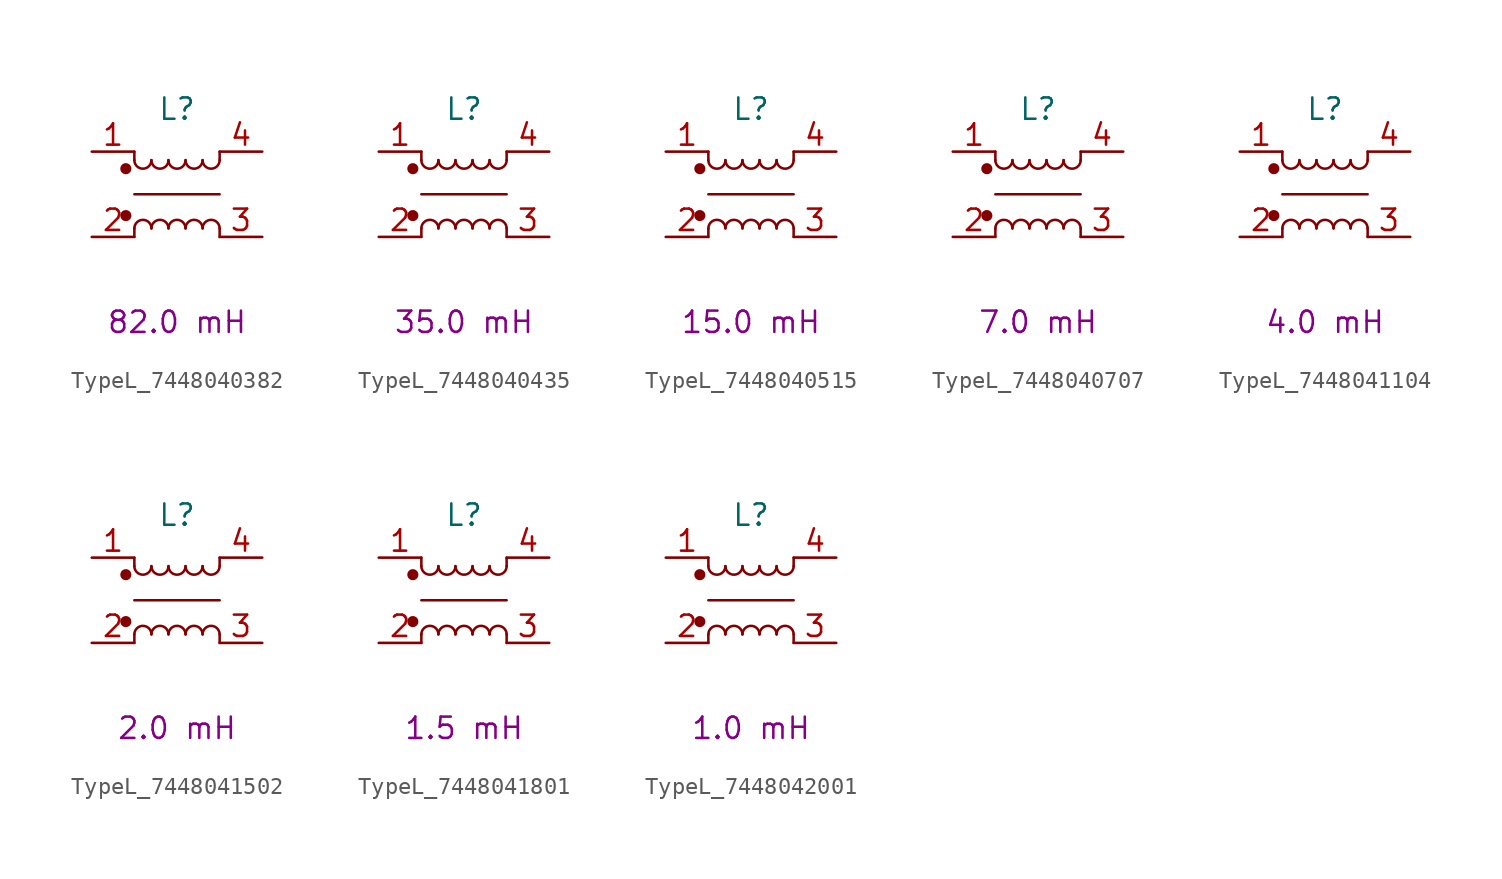
<source format=kicad_sym>
(kicad_symbol_lib
  (version 20220914)
  (generator kicad_symbol_editor)
  (symbol "TypeL_7448040382"
    (pin_names hide)
    (property "Reference" "L"
      (at 0 5.08 0)
      (effects (font (size 1.27 1.27))))
    (property "Critical Parameter" "82.0 mH"
      (at 0 -7.62 0)
      (effects (font (size 1.27 1.27))))
    (symbol "TypeL_7448040382_0_1"
      (circle (center -3.048 -1.27) (radius 0.254) (stroke (width 0) (type default)) (fill (type outline)))
      (circle (center -3.048 1.524) (radius 0.254) (stroke (width 0) (type default)) (fill (type outline)))
      (arc (start -2.54 2.032) (mid -2.032 1.5262) (end -1.524 2.032) (stroke (width 0) (type default)) (fill (type none)))
      (arc (start -1.524 -2.032) (mid -2.032 -1.5262) (end -2.54 -2.032) (stroke (width 0) (type default)) (fill (type none)))
      (arc (start -1.524 2.032) (mid -1.016 1.5262) (end -0.508 2.032) (stroke (width 0) (type default)) (fill (type none)))
      (arc (start -0.508 -2.032) (mid -1.016 -1.5262) (end -1.524 -2.032) (stroke (width 0) (type default)) (fill (type none)))
      (arc (start -0.508 2.032) (mid 0 1.5262) (end 0.508 2.032) (stroke (width 0) (type default)) (fill (type none)))
      (polyline (pts (xy -2.54 -2.032) (xy -2.54 -2.54)) (stroke (width 0) (type default)) (fill (type none)))
      (polyline (pts (xy -2.54 2.032) (xy -2.54 2.54)) (stroke (width 0) (type default)) (fill (type none)))
      (polyline (pts (xy 2.54 -2.032) (xy 2.54 -2.54)) (stroke (width 0) (type default)) (fill (type none)))
      (polyline (pts (xy 2.54 0) (xy -2.54 0)) (stroke (width 0) (type default)) (fill (type none)))
      (polyline (pts (xy 2.54 2.54) (xy 2.54 2.032)) (stroke (width 0) (type default)) (fill (type none)))
      (arc (start 0.508 -2.032) (mid 0 -1.5262) (end -0.508 -2.032) (stroke (width 0) (type default)) (fill (type none)))
      (arc (start 0.508 2.032) (mid 1.016 1.5262) (end 1.524 2.032) (stroke (width 0) (type default)) (fill (type none)))
      (arc (start 1.524 -2.032) (mid 1.016 -1.5262) (end 0.508 -2.032) (stroke (width 0) (type default)) (fill (type none)))
      (arc (start 1.524 2.032) (mid 2.032 1.5262) (end 2.54 2.032) (stroke (width 0) (type default)) (fill (type none)))
      (arc (start 2.54 -2.032) (mid 2.032 -1.5262) (end 1.524 -2.032) (stroke (width 0) (type default)) (fill (type none))))
    (symbol "TypeL_7448040382_1_1"
      (pin passive line (at -5.08 2.54 0) (length 2.54) (name "1" (effects (font (size 1.27 1.27)))) (number "1" (effects (font (size 1.27 1.27)))))
      (pin passive line (at -5.08 -2.54 0) (length 2.54) (name "2" (effects (font (size 1.27 1.27)))) (number "2" (effects (font (size 1.27 1.27)))))
      (pin passive line (at 5.08 -2.54 180) (length 2.54) (name "3" (effects (font (size 1.27 1.27)))) (number "3" (effects (font (size 1.27 1.27)))))
      (pin passive line (at 5.08 2.54 180) (length 2.54) (name "4" (effects (font (size 1.27 1.27)))) (number "4" (effects (font (size 1.27 1.27)))))))
  (symbol "TypeL_7448040435"
    (pin_names hide)
    (property "Reference" "L"
      (at 0 5.08 0)
      (effects (font (size 1.27 1.27))))
    (property "Critical Parameter" "35.0 mH"
      (at 0 -7.62 0)
      (effects (font (size 1.27 1.27))))
    (symbol "TypeL_7448040435_0_1"
      (circle (center -3.048 -1.27) (radius 0.254) (stroke (width 0) (type default)) (fill (type outline)))
      (circle (center -3.048 1.524) (radius 0.254) (stroke (width 0) (type default)) (fill (type outline)))
      (arc (start -2.54 2.032) (mid -2.032 1.5262) (end -1.524 2.032) (stroke (width 0) (type default)) (fill (type none)))
      (arc (start -1.524 -2.032) (mid -2.032 -1.5262) (end -2.54 -2.032) (stroke (width 0) (type default)) (fill (type none)))
      (arc (start -1.524 2.032) (mid -1.016 1.5262) (end -0.508 2.032) (stroke (width 0) (type default)) (fill (type none)))
      (arc (start -0.508 -2.032) (mid -1.016 -1.5262) (end -1.524 -2.032) (stroke (width 0) (type default)) (fill (type none)))
      (arc (start -0.508 2.032) (mid 0 1.5262) (end 0.508 2.032) (stroke (width 0) (type default)) (fill (type none)))
      (polyline (pts (xy -2.54 -2.032) (xy -2.54 -2.54)) (stroke (width 0) (type default)) (fill (type none)))
      (polyline (pts (xy -2.54 2.032) (xy -2.54 2.54)) (stroke (width 0) (type default)) (fill (type none)))
      (polyline (pts (xy 2.54 -2.032) (xy 2.54 -2.54)) (stroke (width 0) (type default)) (fill (type none)))
      (polyline (pts (xy 2.54 0) (xy -2.54 0)) (stroke (width 0) (type default)) (fill (type none)))
      (polyline (pts (xy 2.54 2.54) (xy 2.54 2.032)) (stroke (width 0) (type default)) (fill (type none)))
      (arc (start 0.508 -2.032) (mid 0 -1.5262) (end -0.508 -2.032) (stroke (width 0) (type default)) (fill (type none)))
      (arc (start 0.508 2.032) (mid 1.016 1.5262) (end 1.524 2.032) (stroke (width 0) (type default)) (fill (type none)))
      (arc (start 1.524 -2.032) (mid 1.016 -1.5262) (end 0.508 -2.032) (stroke (width 0) (type default)) (fill (type none)))
      (arc (start 1.524 2.032) (mid 2.032 1.5262) (end 2.54 2.032) (stroke (width 0) (type default)) (fill (type none)))
      (arc (start 2.54 -2.032) (mid 2.032 -1.5262) (end 1.524 -2.032) (stroke (width 0) (type default)) (fill (type none))))
    (symbol "TypeL_7448040435_1_1"
      (pin passive line (at -5.08 2.54 0) (length 2.54) (name "1" (effects (font (size 1.27 1.27)))) (number "1" (effects (font (size 1.27 1.27)))))
      (pin passive line (at -5.08 -2.54 0) (length 2.54) (name "2" (effects (font (size 1.27 1.27)))) (number "2" (effects (font (size 1.27 1.27)))))
      (pin passive line (at 5.08 -2.54 180) (length 2.54) (name "3" (effects (font (size 1.27 1.27)))) (number "3" (effects (font (size 1.27 1.27)))))
      (pin passive line (at 5.08 2.54 180) (length 2.54) (name "4" (effects (font (size 1.27 1.27)))) (number "4" (effects (font (size 1.27 1.27)))))))
  (symbol "TypeL_7448040515"
    (pin_names hide)
    (property "Reference" "L"
      (at 0 5.08 0)
      (effects (font (size 1.27 1.27))))
    (property "Critical Parameter" "15.0 mH"
      (at 0 -7.62 0)
      (effects (font (size 1.27 1.27))))
    (symbol "TypeL_7448040515_0_1"
      (circle (center -3.048 -1.27) (radius 0.254) (stroke (width 0) (type default)) (fill (type outline)))
      (circle (center -3.048 1.524) (radius 0.254) (stroke (width 0) (type default)) (fill (type outline)))
      (arc (start -2.54 2.032) (mid -2.032 1.5262) (end -1.524 2.032) (stroke (width 0) (type default)) (fill (type none)))
      (arc (start -1.524 -2.032) (mid -2.032 -1.5262) (end -2.54 -2.032) (stroke (width 0) (type default)) (fill (type none)))
      (arc (start -1.524 2.032) (mid -1.016 1.5262) (end -0.508 2.032) (stroke (width 0) (type default)) (fill (type none)))
      (arc (start -0.508 -2.032) (mid -1.016 -1.5262) (end -1.524 -2.032) (stroke (width 0) (type default)) (fill (type none)))
      (arc (start -0.508 2.032) (mid 0 1.5262) (end 0.508 2.032) (stroke (width 0) (type default)) (fill (type none)))
      (polyline (pts (xy -2.54 -2.032) (xy -2.54 -2.54)) (stroke (width 0) (type default)) (fill (type none)))
      (polyline (pts (xy -2.54 2.032) (xy -2.54 2.54)) (stroke (width 0) (type default)) (fill (type none)))
      (polyline (pts (xy 2.54 -2.032) (xy 2.54 -2.54)) (stroke (width 0) (type default)) (fill (type none)))
      (polyline (pts (xy 2.54 0) (xy -2.54 0)) (stroke (width 0) (type default)) (fill (type none)))
      (polyline (pts (xy 2.54 2.54) (xy 2.54 2.032)) (stroke (width 0) (type default)) (fill (type none)))
      (arc (start 0.508 -2.032) (mid 0 -1.5262) (end -0.508 -2.032) (stroke (width 0) (type default)) (fill (type none)))
      (arc (start 0.508 2.032) (mid 1.016 1.5262) (end 1.524 2.032) (stroke (width 0) (type default)) (fill (type none)))
      (arc (start 1.524 -2.032) (mid 1.016 -1.5262) (end 0.508 -2.032) (stroke (width 0) (type default)) (fill (type none)))
      (arc (start 1.524 2.032) (mid 2.032 1.5262) (end 2.54 2.032) (stroke (width 0) (type default)) (fill (type none)))
      (arc (start 2.54 -2.032) (mid 2.032 -1.5262) (end 1.524 -2.032) (stroke (width 0) (type default)) (fill (type none))))
    (symbol "TypeL_7448040515_1_1"
      (pin passive line (at -5.08 2.54 0) (length 2.54) (name "1" (effects (font (size 1.27 1.27)))) (number "1" (effects (font (size 1.27 1.27)))))
      (pin passive line (at -5.08 -2.54 0) (length 2.54) (name "2" (effects (font (size 1.27 1.27)))) (number "2" (effects (font (size 1.27 1.27)))))
      (pin passive line (at 5.08 -2.54 180) (length 2.54) (name "3" (effects (font (size 1.27 1.27)))) (number "3" (effects (font (size 1.27 1.27)))))
      (pin passive line (at 5.08 2.54 180) (length 2.54) (name "4" (effects (font (size 1.27 1.27)))) (number "4" (effects (font (size 1.27 1.27)))))))
  (symbol "TypeL_7448040707"
    (pin_names hide)
    (property "Reference" "L"
      (at 0 5.08 0)
      (effects (font (size 1.27 1.27))))
    (property "Critical Parameter" "7.0 mH"
      (at 0 -7.62 0)
      (effects (font (size 1.27 1.27))))
    (symbol "TypeL_7448040707_0_1"
      (circle (center -3.048 -1.27) (radius 0.254) (stroke (width 0) (type default)) (fill (type outline)))
      (circle (center -3.048 1.524) (radius 0.254) (stroke (width 0) (type default)) (fill (type outline)))
      (arc (start -2.54 2.032) (mid -2.032 1.5262) (end -1.524 2.032) (stroke (width 0) (type default)) (fill (type none)))
      (arc (start -1.524 -2.032) (mid -2.032 -1.5262) (end -2.54 -2.032) (stroke (width 0) (type default)) (fill (type none)))
      (arc (start -1.524 2.032) (mid -1.016 1.5262) (end -0.508 2.032) (stroke (width 0) (type default)) (fill (type none)))
      (arc (start -0.508 -2.032) (mid -1.016 -1.5262) (end -1.524 -2.032) (stroke (width 0) (type default)) (fill (type none)))
      (arc (start -0.508 2.032) (mid 0 1.5262) (end 0.508 2.032) (stroke (width 0) (type default)) (fill (type none)))
      (polyline (pts (xy -2.54 -2.032) (xy -2.54 -2.54)) (stroke (width 0) (type default)) (fill (type none)))
      (polyline (pts (xy -2.54 2.032) (xy -2.54 2.54)) (stroke (width 0) (type default)) (fill (type none)))
      (polyline (pts (xy 2.54 -2.032) (xy 2.54 -2.54)) (stroke (width 0) (type default)) (fill (type none)))
      (polyline (pts (xy 2.54 0) (xy -2.54 0)) (stroke (width 0) (type default)) (fill (type none)))
      (polyline (pts (xy 2.54 2.54) (xy 2.54 2.032)) (stroke (width 0) (type default)) (fill (type none)))
      (arc (start 0.508 -2.032) (mid 0 -1.5262) (end -0.508 -2.032) (stroke (width 0) (type default)) (fill (type none)))
      (arc (start 0.508 2.032) (mid 1.016 1.5262) (end 1.524 2.032) (stroke (width 0) (type default)) (fill (type none)))
      (arc (start 1.524 -2.032) (mid 1.016 -1.5262) (end 0.508 -2.032) (stroke (width 0) (type default)) (fill (type none)))
      (arc (start 1.524 2.032) (mid 2.032 1.5262) (end 2.54 2.032) (stroke (width 0) (type default)) (fill (type none)))
      (arc (start 2.54 -2.032) (mid 2.032 -1.5262) (end 1.524 -2.032) (stroke (width 0) (type default)) (fill (type none))))
    (symbol "TypeL_7448040707_1_1"
      (pin passive line (at -5.08 2.54 0) (length 2.54) (name "1" (effects (font (size 1.27 1.27)))) (number "1" (effects (font (size 1.27 1.27)))))
      (pin passive line (at -5.08 -2.54 0) (length 2.54) (name "2" (effects (font (size 1.27 1.27)))) (number "2" (effects (font (size 1.27 1.27)))))
      (pin passive line (at 5.08 -2.54 180) (length 2.54) (name "3" (effects (font (size 1.27 1.27)))) (number "3" (effects (font (size 1.27 1.27)))))
      (pin passive line (at 5.08 2.54 180) (length 2.54) (name "4" (effects (font (size 1.27 1.27)))) (number "4" (effects (font (size 1.27 1.27)))))))
  (symbol "TypeL_7448041104"
    (pin_names hide)
    (property "Reference" "L"
      (at 0 5.08 0)
      (effects (font (size 1.27 1.27))))
    (property "Critical Parameter" "4.0 mH"
      (at 0 -7.62 0)
      (effects (font (size 1.27 1.27))))
    (symbol "TypeL_7448041104_0_1"
      (circle (center -3.048 -1.27) (radius 0.254) (stroke (width 0) (type default)) (fill (type outline)))
      (circle (center -3.048 1.524) (radius 0.254) (stroke (width 0) (type default)) (fill (type outline)))
      (arc (start -2.54 2.032) (mid -2.032 1.5262) (end -1.524 2.032) (stroke (width 0) (type default)) (fill (type none)))
      (arc (start -1.524 -2.032) (mid -2.032 -1.5262) (end -2.54 -2.032) (stroke (width 0) (type default)) (fill (type none)))
      (arc (start -1.524 2.032) (mid -1.016 1.5262) (end -0.508 2.032) (stroke (width 0) (type default)) (fill (type none)))
      (arc (start -0.508 -2.032) (mid -1.016 -1.5262) (end -1.524 -2.032) (stroke (width 0) (type default)) (fill (type none)))
      (arc (start -0.508 2.032) (mid 0 1.5262) (end 0.508 2.032) (stroke (width 0) (type default)) (fill (type none)))
      (polyline (pts (xy -2.54 -2.032) (xy -2.54 -2.54)) (stroke (width 0) (type default)) (fill (type none)))
      (polyline (pts (xy -2.54 2.032) (xy -2.54 2.54)) (stroke (width 0) (type default)) (fill (type none)))
      (polyline (pts (xy 2.54 -2.032) (xy 2.54 -2.54)) (stroke (width 0) (type default)) (fill (type none)))
      (polyline (pts (xy 2.54 0) (xy -2.54 0)) (stroke (width 0) (type default)) (fill (type none)))
      (polyline (pts (xy 2.54 2.54) (xy 2.54 2.032)) (stroke (width 0) (type default)) (fill (type none)))
      (arc (start 0.508 -2.032) (mid 0 -1.5262) (end -0.508 -2.032) (stroke (width 0) (type default)) (fill (type none)))
      (arc (start 0.508 2.032) (mid 1.016 1.5262) (end 1.524 2.032) (stroke (width 0) (type default)) (fill (type none)))
      (arc (start 1.524 -2.032) (mid 1.016 -1.5262) (end 0.508 -2.032) (stroke (width 0) (type default)) (fill (type none)))
      (arc (start 1.524 2.032) (mid 2.032 1.5262) (end 2.54 2.032) (stroke (width 0) (type default)) (fill (type none)))
      (arc (start 2.54 -2.032) (mid 2.032 -1.5262) (end 1.524 -2.032) (stroke (width 0) (type default)) (fill (type none))))
    (symbol "TypeL_7448041104_1_1"
      (pin passive line (at -5.08 2.54 0) (length 2.54) (name "1" (effects (font (size 1.27 1.27)))) (number "1" (effects (font (size 1.27 1.27)))))
      (pin passive line (at -5.08 -2.54 0) (length 2.54) (name "2" (effects (font (size 1.27 1.27)))) (number "2" (effects (font (size 1.27 1.27)))))
      (pin passive line (at 5.08 -2.54 180) (length 2.54) (name "3" (effects (font (size 1.27 1.27)))) (number "3" (effects (font (size 1.27 1.27)))))
      (pin passive line (at 5.08 2.54 180) (length 2.54) (name "4" (effects (font (size 1.27 1.27)))) (number "4" (effects (font (size 1.27 1.27)))))))
  (symbol "TypeL_7448041502"
    (pin_names hide)
    (property "Reference" "L"
      (at 0 5.08 0)
      (effects (font (size 1.27 1.27))))
    (property "Critical Parameter" "2.0 mH"
      (at 0 -7.62 0)
      (effects (font (size 1.27 1.27))))
    (symbol "TypeL_7448041502_0_1"
      (circle (center -3.048 -1.27) (radius 0.254) (stroke (width 0) (type default)) (fill (type outline)))
      (circle (center -3.048 1.524) (radius 0.254) (stroke (width 0) (type default)) (fill (type outline)))
      (arc (start -2.54 2.032) (mid -2.032 1.5262) (end -1.524 2.032) (stroke (width 0) (type default)) (fill (type none)))
      (arc (start -1.524 -2.032) (mid -2.032 -1.5262) (end -2.54 -2.032) (stroke (width 0) (type default)) (fill (type none)))
      (arc (start -1.524 2.032) (mid -1.016 1.5262) (end -0.508 2.032) (stroke (width 0) (type default)) (fill (type none)))
      (arc (start -0.508 -2.032) (mid -1.016 -1.5262) (end -1.524 -2.032) (stroke (width 0) (type default)) (fill (type none)))
      (arc (start -0.508 2.032) (mid 0 1.5262) (end 0.508 2.032) (stroke (width 0) (type default)) (fill (type none)))
      (polyline (pts (xy -2.54 -2.032) (xy -2.54 -2.54)) (stroke (width 0) (type default)) (fill (type none)))
      (polyline (pts (xy -2.54 2.032) (xy -2.54 2.54)) (stroke (width 0) (type default)) (fill (type none)))
      (polyline (pts (xy 2.54 -2.032) (xy 2.54 -2.54)) (stroke (width 0) (type default)) (fill (type none)))
      (polyline (pts (xy 2.54 0) (xy -2.54 0)) (stroke (width 0) (type default)) (fill (type none)))
      (polyline (pts (xy 2.54 2.54) (xy 2.54 2.032)) (stroke (width 0) (type default)) (fill (type none)))
      (arc (start 0.508 -2.032) (mid 0 -1.5262) (end -0.508 -2.032) (stroke (width 0) (type default)) (fill (type none)))
      (arc (start 0.508 2.032) (mid 1.016 1.5262) (end 1.524 2.032) (stroke (width 0) (type default)) (fill (type none)))
      (arc (start 1.524 -2.032) (mid 1.016 -1.5262) (end 0.508 -2.032) (stroke (width 0) (type default)) (fill (type none)))
      (arc (start 1.524 2.032) (mid 2.032 1.5262) (end 2.54 2.032) (stroke (width 0) (type default)) (fill (type none)))
      (arc (start 2.54 -2.032) (mid 2.032 -1.5262) (end 1.524 -2.032) (stroke (width 0) (type default)) (fill (type none))))
    (symbol "TypeL_7448041502_1_1"
      (pin passive line (at -5.08 2.54 0) (length 2.54) (name "1" (effects (font (size 1.27 1.27)))) (number "1" (effects (font (size 1.27 1.27)))))
      (pin passive line (at -5.08 -2.54 0) (length 2.54) (name "2" (effects (font (size 1.27 1.27)))) (number "2" (effects (font (size 1.27 1.27)))))
      (pin passive line (at 5.08 -2.54 180) (length 2.54) (name "3" (effects (font (size 1.27 1.27)))) (number "3" (effects (font (size 1.27 1.27)))))
      (pin passive line (at 5.08 2.54 180) (length 2.54) (name "4" (effects (font (size 1.27 1.27)))) (number "4" (effects (font (size 1.27 1.27)))))))
  (symbol "TypeL_7448041801"
    (pin_names hide)
    (property "Reference" "L"
      (at 0 5.08 0)
      (effects (font (size 1.27 1.27))))
    (property "Critical Parameter" "1.5 mH"
      (at 0 -7.62 0)
      (effects (font (size 1.27 1.27))))
    (symbol "TypeL_7448041801_0_1"
      (circle (center -3.048 -1.27) (radius 0.254) (stroke (width 0) (type default)) (fill (type outline)))
      (circle (center -3.048 1.524) (radius 0.254) (stroke (width 0) (type default)) (fill (type outline)))
      (arc (start -2.54 2.032) (mid -2.032 1.5262) (end -1.524 2.032) (stroke (width 0) (type default)) (fill (type none)))
      (arc (start -1.524 -2.032) (mid -2.032 -1.5262) (end -2.54 -2.032) (stroke (width 0) (type default)) (fill (type none)))
      (arc (start -1.524 2.032) (mid -1.016 1.5262) (end -0.508 2.032) (stroke (width 0) (type default)) (fill (type none)))
      (arc (start -0.508 -2.032) (mid -1.016 -1.5262) (end -1.524 -2.032) (stroke (width 0) (type default)) (fill (type none)))
      (arc (start -0.508 2.032) (mid 0 1.5262) (end 0.508 2.032) (stroke (width 0) (type default)) (fill (type none)))
      (polyline (pts (xy -2.54 -2.032) (xy -2.54 -2.54)) (stroke (width 0) (type default)) (fill (type none)))
      (polyline (pts (xy -2.54 2.032) (xy -2.54 2.54)) (stroke (width 0) (type default)) (fill (type none)))
      (polyline (pts (xy 2.54 -2.032) (xy 2.54 -2.54)) (stroke (width 0) (type default)) (fill (type none)))
      (polyline (pts (xy 2.54 0) (xy -2.54 0)) (stroke (width 0) (type default)) (fill (type none)))
      (polyline (pts (xy 2.54 2.54) (xy 2.54 2.032)) (stroke (width 0) (type default)) (fill (type none)))
      (arc (start 0.508 -2.032) (mid 0 -1.5262) (end -0.508 -2.032) (stroke (width 0) (type default)) (fill (type none)))
      (arc (start 0.508 2.032) (mid 1.016 1.5262) (end 1.524 2.032) (stroke (width 0) (type default)) (fill (type none)))
      (arc (start 1.524 -2.032) (mid 1.016 -1.5262) (end 0.508 -2.032) (stroke (width 0) (type default)) (fill (type none)))
      (arc (start 1.524 2.032) (mid 2.032 1.5262) (end 2.54 2.032) (stroke (width 0) (type default)) (fill (type none)))
      (arc (start 2.54 -2.032) (mid 2.032 -1.5262) (end 1.524 -2.032) (stroke (width 0) (type default)) (fill (type none))))
    (symbol "TypeL_7448041801_1_1"
      (pin passive line (at -5.08 2.54 0) (length 2.54) (name "1" (effects (font (size 1.27 1.27)))) (number "1" (effects (font (size 1.27 1.27)))))
      (pin passive line (at -5.08 -2.54 0) (length 2.54) (name "2" (effects (font (size 1.27 1.27)))) (number "2" (effects (font (size 1.27 1.27)))))
      (pin passive line (at 5.08 -2.54 180) (length 2.54) (name "3" (effects (font (size 1.27 1.27)))) (number "3" (effects (font (size 1.27 1.27)))))
      (pin passive line (at 5.08 2.54 180) (length 2.54) (name "4" (effects (font (size 1.27 1.27)))) (number "4" (effects (font (size 1.27 1.27)))))))
  (symbol "TypeL_7448042001"
    (pin_names hide)
    (property "Reference" "L"
      (at 0 5.08 0)
      (effects (font (size 1.27 1.27))))
    (property "Critical Parameter" "1.0 mH"
      (at 0 -7.62 0)
      (effects (font (size 1.27 1.27))))
    (symbol "TypeL_7448042001_0_1"
      (circle (center -3.048 -1.27) (radius 0.254) (stroke (width 0) (type default)) (fill (type outline)))
      (circle (center -3.048 1.524) (radius 0.254) (stroke (width 0) (type default)) (fill (type outline)))
      (arc (start -2.54 2.032) (mid -2.032 1.5262) (end -1.524 2.032) (stroke (width 0) (type default)) (fill (type none)))
      (arc (start -1.524 -2.032) (mid -2.032 -1.5262) (end -2.54 -2.032) (stroke (width 0) (type default)) (fill (type none)))
      (arc (start -1.524 2.032) (mid -1.016 1.5262) (end -0.508 2.032) (stroke (width 0) (type default)) (fill (type none)))
      (arc (start -0.508 -2.032) (mid -1.016 -1.5262) (end -1.524 -2.032) (stroke (width 0) (type default)) (fill (type none)))
      (arc (start -0.508 2.032) (mid 0 1.5262) (end 0.508 2.032) (stroke (width 0) (type default)) (fill (type none)))
      (polyline (pts (xy -2.54 -2.032) (xy -2.54 -2.54)) (stroke (width 0) (type default)) (fill (type none)))
      (polyline (pts (xy -2.54 2.032) (xy -2.54 2.54)) (stroke (width 0) (type default)) (fill (type none)))
      (polyline (pts (xy 2.54 -2.032) (xy 2.54 -2.54)) (stroke (width 0) (type default)) (fill (type none)))
      (polyline (pts (xy 2.54 0) (xy -2.54 0)) (stroke (width 0) (type default)) (fill (type none)))
      (polyline (pts (xy 2.54 2.54) (xy 2.54 2.032)) (stroke (width 0) (type default)) (fill (type none)))
      (arc (start 0.508 -2.032) (mid 0 -1.5262) (end -0.508 -2.032) (stroke (width 0) (type default)) (fill (type none)))
      (arc (start 0.508 2.032) (mid 1.016 1.5262) (end 1.524 2.032) (stroke (width 0) (type default)) (fill (type none)))
      (arc (start 1.524 -2.032) (mid 1.016 -1.5262) (end 0.508 -2.032) (stroke (width 0) (type default)) (fill (type none)))
      (arc (start 1.524 2.032) (mid 2.032 1.5262) (end 2.54 2.032) (stroke (width 0) (type default)) (fill (type none)))
      (arc (start 2.54 -2.032) (mid 2.032 -1.5262) (end 1.524 -2.032) (stroke (width 0) (type default)) (fill (type none))))
    (symbol "TypeL_7448042001_1_1"
      (pin passive line (at -5.08 2.54 0) (length 2.54) (name "1" (effects (font (size 1.27 1.27)))) (number "1" (effects (font (size 1.27 1.27)))))
      (pin passive line (at -5.08 -2.54 0) (length 2.54) (name "2" (effects (font (size 1.27 1.27)))) (number "2" (effects (font (size 1.27 1.27)))))
      (pin passive line (at 5.08 -2.54 180) (length 2.54) (name "3" (effects (font (size 1.27 1.27)))) (number "3" (effects (font (size 1.27 1.27)))))
      (pin passive line (at 5.08 2.54 180) (length 2.54) (name "4" (effects (font (size 1.27 1.27)))) (number "4" (effects (font (size 1.27 1.27))))))))
</source>
